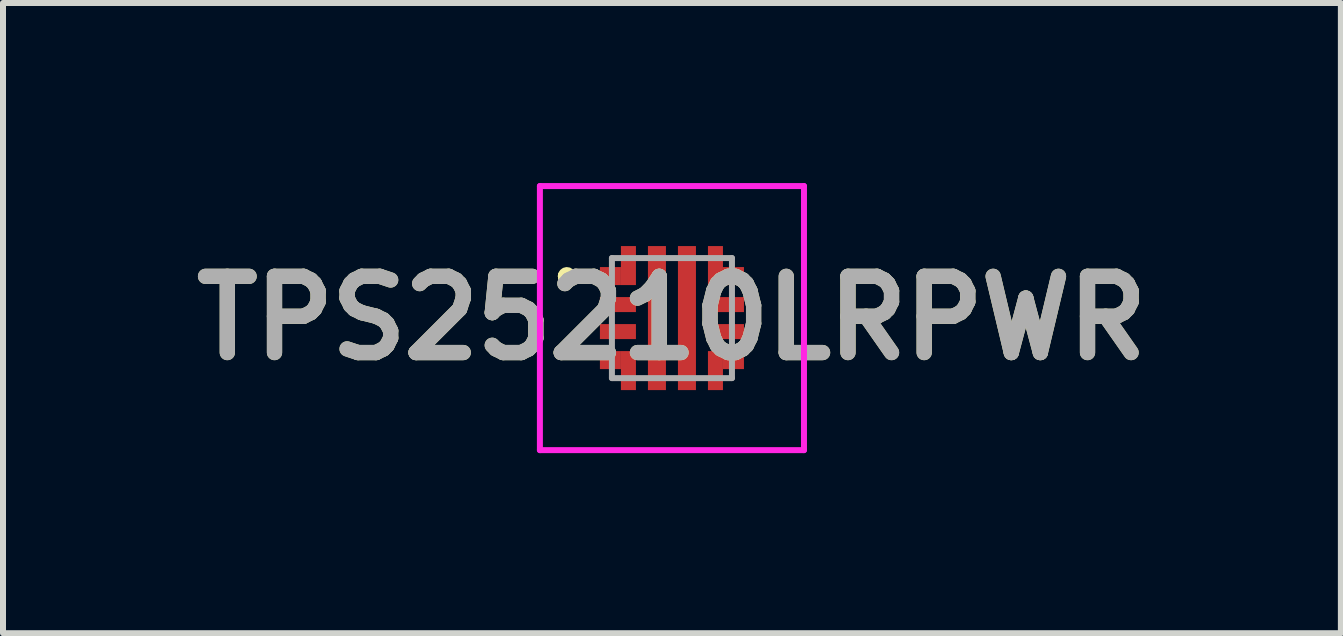
<source format=kicad_pcb>
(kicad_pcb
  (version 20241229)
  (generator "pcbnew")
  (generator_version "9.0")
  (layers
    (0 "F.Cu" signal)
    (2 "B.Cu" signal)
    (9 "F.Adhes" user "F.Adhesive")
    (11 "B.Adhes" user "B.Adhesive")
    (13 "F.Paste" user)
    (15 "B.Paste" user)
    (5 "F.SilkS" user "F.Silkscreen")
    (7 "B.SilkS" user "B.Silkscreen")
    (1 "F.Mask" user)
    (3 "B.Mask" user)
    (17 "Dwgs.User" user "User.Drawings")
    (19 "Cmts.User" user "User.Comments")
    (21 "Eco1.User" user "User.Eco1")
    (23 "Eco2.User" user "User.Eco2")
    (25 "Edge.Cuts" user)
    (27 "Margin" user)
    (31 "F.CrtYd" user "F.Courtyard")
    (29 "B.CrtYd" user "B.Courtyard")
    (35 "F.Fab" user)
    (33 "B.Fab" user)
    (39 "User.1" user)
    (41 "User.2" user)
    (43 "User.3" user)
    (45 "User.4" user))
  (footprint "TPS25210LRPWR"
    (layer "F.Cu")
    (at 8.146 2.25)
    (property "Reference" "TPS25210LRPWR" (at 0 0 0) (layer "F.SilkS") (effects (font (size 1.27 1.27) (thickness 0.254))))
    (attr smd)
    (fp_line (start -1.8 -0.7) (end -1.8 -0.7) (stroke (width 0.2) (type solid)) (layer "F.SilkS"))
    (fp_line (start -1.8 -0.7) (end -1.8 -0.7) (stroke (width 0.2) (type solid)) (layer "F.SilkS"))
    (fp_line (start -1.7 -0.7) (end -1.7 -0.7) (stroke (width 0.2) (type solid)) (layer "F.SilkS"))
    (fp_arc (start -1.8 -0.7) (mid -1.75 -0.75) (end -1.7 -0.7) (stroke (width 0.2) (type solid)) (layer "F.SilkS"))
    (fp_arc (start -1.7 -0.7) (mid -1.75 -0.65) (end -1.8 -0.7) (stroke (width 0.2) (type solid)) (layer "F.SilkS"))
    (fp_arc (start -1.7 -0.7) (mid -1.75 -0.65) (end -1.8 -0.7) (stroke (width 0.2) (type solid)) (layer "F.SilkS"))
    (fp_line (start -2.2 -2.2) (end 2.2 -2.2) (stroke (width 0.1) (type solid)) (layer "F.CrtYd"))
    (fp_line (start -2.2 2.2) (end -2.2 -2.2) (stroke (width 0.1) (type solid)) (layer "F.CrtYd"))
    (fp_line (start 2.2 -2.2) (end 2.2 2.2) (stroke (width 0.1) (type solid)) (layer "F.CrtYd"))
    (fp_line (start 2.2 2.2) (end -2.2 2.2) (stroke (width 0.1) (type solid)) (layer "F.CrtYd"))
    (fp_line (start -1 -1) (end -1 1) (stroke (width 0.1) (type solid)) (layer "F.Fab"))
    (fp_line (start -1 1) (end 1 1) (stroke (width 0.1) (type solid)) (layer "F.Fab"))
    (fp_line (start 1 -1) (end -1 -1) (stroke (width 0.1) (type solid)) (layer "F.Fab"))
    (fp_line (start 1 1) (end 1 -1) (stroke (width 0.1) (type solid)) (layer "F.Fab"))
    (fp_text user "${REFERENCE}" (at 0 0 0) (layer "F.Fab") (effects (font (size 1.27 1.27) (thickness 0.254))))
    (pad "1" smd rect (at -1.025 -0.7 90) (size 0.3 0.35) (layers "F.Cu" "F.Mask" "F.Paste"))
    (pad "2" smd rect (at -0.9 -0.225 90) (size 0.25 0.6) (layers "F.Cu" "F.Mask" "F.Paste"))
    (pad "3" smd rect (at -0.9 0.225 90) (size 0.25 0.6) (layers "F.Cu" "F.Mask" "F.Paste"))
    (pad "4" smd rect (at -1.025 0.7 90) (size 0.3 0.35) (layers "F.Cu" "F.Mask" "F.Paste"))
    (pad "5" smd rect (at -0.25 0) (size 0.3 2.4) (layers "F.Cu" "F.Mask" "F.Paste"))
    (pad "6" smd rect (at 0.25 0) (size 0.3 2.4) (layers "F.Cu" "F.Mask" "F.Paste"))
    (pad "7" smd rect (at 1.025 0.7 90) (size 0.3 0.35) (layers "F.Cu" "F.Mask" "F.Paste"))
    (pad "8" smd rect (at 0.9 0.225 90) (size 0.25 0.6) (layers "F.Cu" "F.Mask" "F.Paste"))
    (pad "9" smd rect (at 0.9 -0.225 90) (size 0.25 0.6) (layers "F.Cu" "F.Mask" "F.Paste"))
    (pad "10" smd rect (at 1.025 -0.7 90) (size 0.3 0.35) (layers "F.Cu" "F.Mask" "F.Paste"))
    (pad "11" smd rect (at 0.725 -0.875) (size 0.25 0.65) (layers "F.Cu" "F.Mask" "F.Paste"))
    (pad "12" smd rect (at -0.725 -0.875) (size 0.25 0.65) (layers "F.Cu" "F.Mask" "F.Paste"))
    (pad "13" smd rect (at -0.725 0.875) (size 0.25 0.65) (layers "F.Cu" "F.Mask" "F.Paste"))
    (pad "14" smd rect (at 0.725 0.875) (size 0.25 0.65) (layers "F.Cu" "F.Mask" "F.Paste")))
  (gr_rect
    (start -3 -3)
    (end 19.292 7.5)
    (stroke (width 0.1) (type default))
    (fill no)
    (layer "Edge.Cuts")))
</source>
